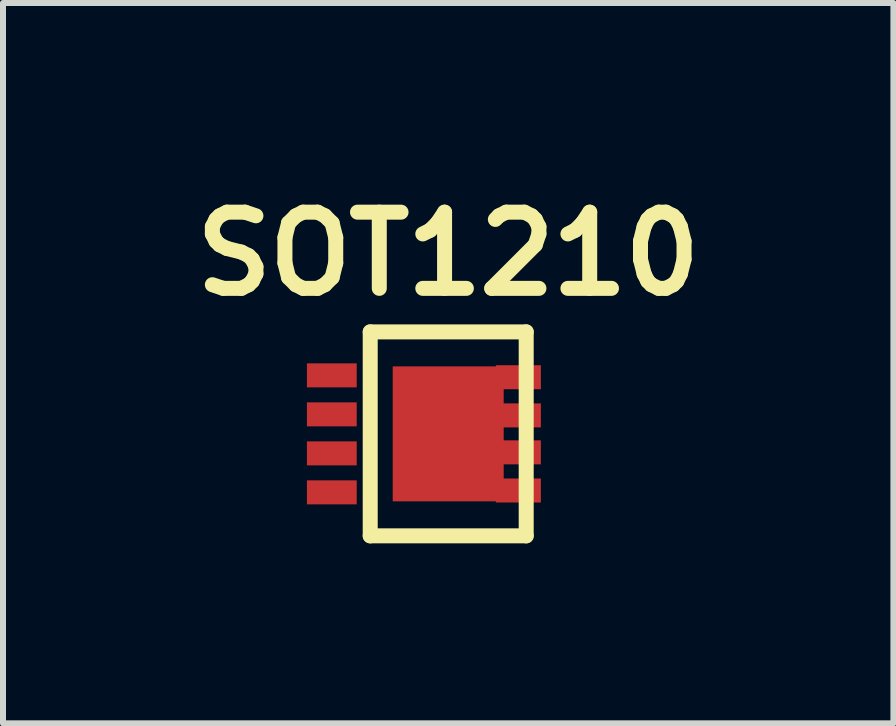
<source format=kicad_pcb>
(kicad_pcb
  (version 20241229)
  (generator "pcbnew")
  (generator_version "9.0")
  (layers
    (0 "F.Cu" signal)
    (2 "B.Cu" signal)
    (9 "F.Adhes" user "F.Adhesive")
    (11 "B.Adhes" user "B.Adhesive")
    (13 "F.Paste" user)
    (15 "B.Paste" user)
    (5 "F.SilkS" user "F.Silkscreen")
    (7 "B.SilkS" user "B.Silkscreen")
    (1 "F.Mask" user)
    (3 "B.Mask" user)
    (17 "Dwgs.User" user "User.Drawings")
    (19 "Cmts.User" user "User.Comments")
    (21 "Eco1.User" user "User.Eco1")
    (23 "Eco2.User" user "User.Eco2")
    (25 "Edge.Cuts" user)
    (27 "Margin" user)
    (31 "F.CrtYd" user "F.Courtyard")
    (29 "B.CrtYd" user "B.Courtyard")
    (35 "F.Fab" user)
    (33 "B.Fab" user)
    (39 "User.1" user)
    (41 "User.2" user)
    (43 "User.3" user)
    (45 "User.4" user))
  (footprint "SOT1210"
    (layer "F.Cu")
    (at 4.421 4.182)
    (property "Reference" "SOT1210" (at 0 -3 0) (layer "F.SilkS") (effects (font (size 1.27 1.27) (thickness 0.25))))
    (attr through_hole)
    (fp_line (start -1.3 -1.7) (end 1.3 -1.7) (stroke (width 0.25) (type solid)) (layer "F.SilkS"))
    (fp_line (start -1.3 1.7) (end -1.3 -1.7) (stroke (width 0.25) (type solid)) (layer "F.SilkS"))
    (fp_line (start -1.3 1.7) (end 1.3 1.7) (stroke (width 0.25) (type solid)) (layer "F.SilkS"))
    (fp_line (start 1.3 1.7) (end 1.3 -1.7) (stroke (width 0.25) (type solid)) (layer "F.SilkS"))
    (pad "1" smd rect (at -1.94 -0.975) (size 0.83 0.4) (layers "F.Cu" "F.Mask" "F.Paste"))
    (pad "2" smd rect (at -1.94 -0.325) (size 0.83 0.4) (layers "F.Cu" "F.Mask" "F.Paste"))
    (pad "3" smd rect (at -1.94 0.325) (size 0.83 0.4) (layers "F.Cu" "F.Mask" "F.Paste"))
    (pad "4" smd rect (at -1.94 0.975) (size 0.83 0.4) (layers "F.Cu" "F.Mask" "F.Paste"))
    (pad "T" smd rect (at 0 0) (size 1.85 2.25) (layers "F.Cu" "F.Mask" "F.Paste"))
    (pad "T" smd rect (at 1.17 -0.944) (size 0.75 0.4) (layers "F.Cu" "F.Mask" "F.Paste"))
    (pad "T" smd rect (at 1.17 -0.308) (size 0.75 0.4) (layers "F.Cu" "F.Mask" "F.Paste"))
    (pad "T" smd rect (at 1.17 0.308) (size 0.75 0.4) (layers "F.Cu" "F.Mask" "F.Paste"))
    (pad "T" smd rect (at 1.17 0.944) (size 0.75 0.4) (layers "F.Cu" "F.Mask" "F.Paste")))
  (gr_rect
    (start -3 -3)
    (end 11.842 9.007)
    (stroke (width 0.1) (type default))
    (fill no)
    (layer "Edge.Cuts")))
</source>
